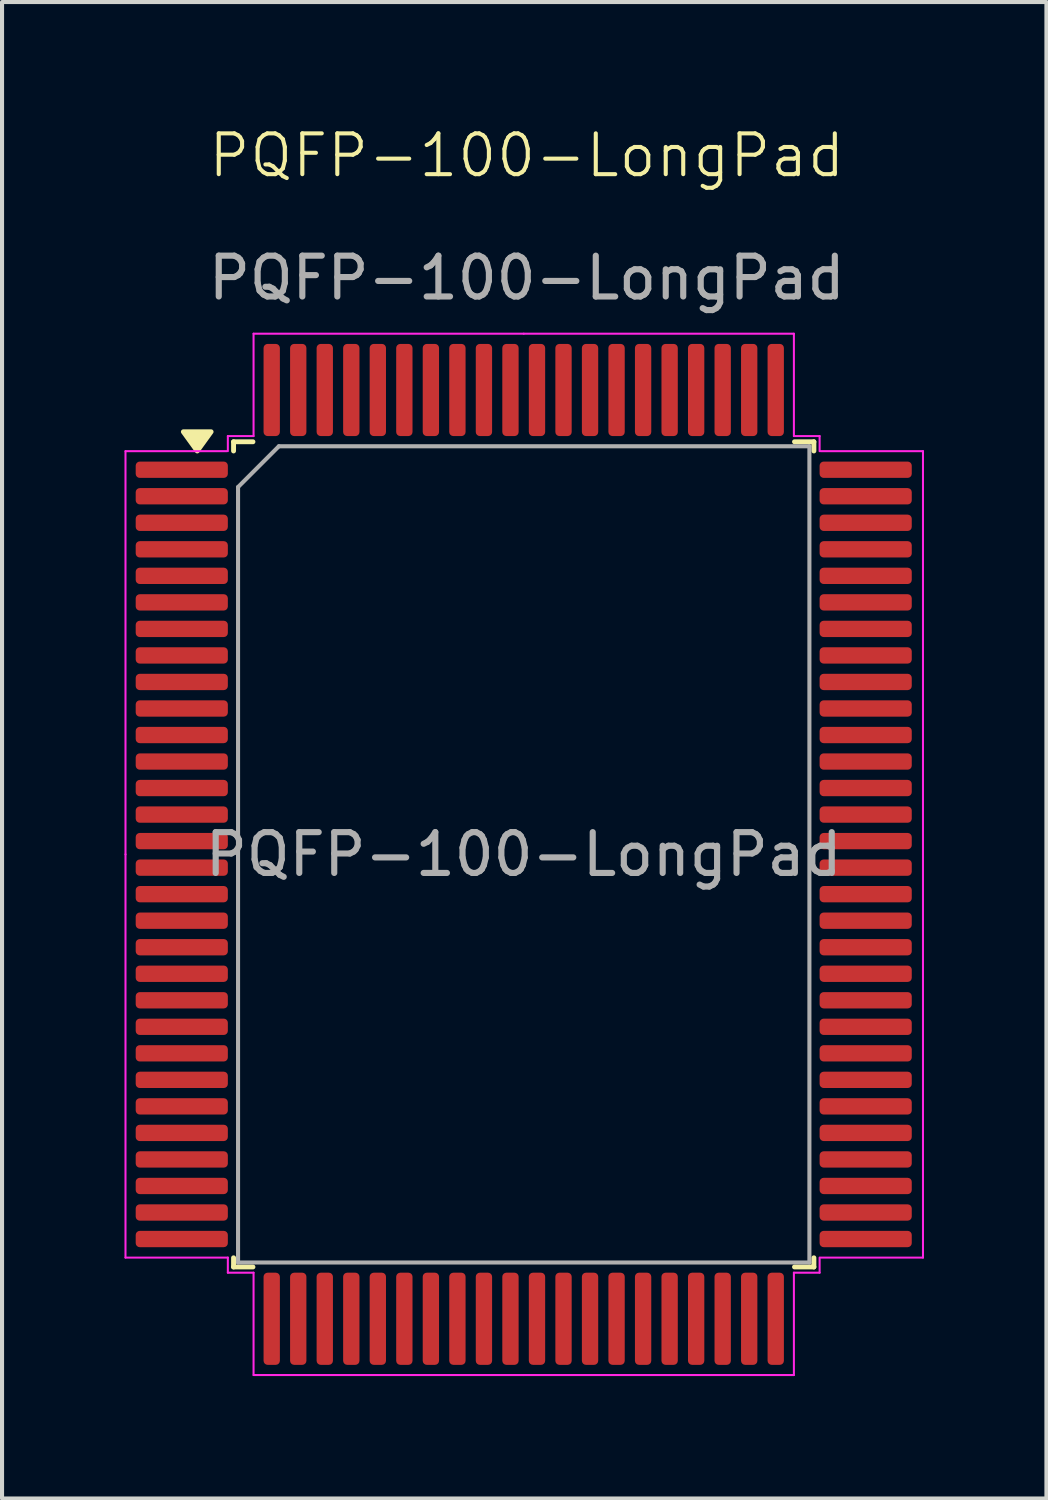
<source format=kicad_pcb>
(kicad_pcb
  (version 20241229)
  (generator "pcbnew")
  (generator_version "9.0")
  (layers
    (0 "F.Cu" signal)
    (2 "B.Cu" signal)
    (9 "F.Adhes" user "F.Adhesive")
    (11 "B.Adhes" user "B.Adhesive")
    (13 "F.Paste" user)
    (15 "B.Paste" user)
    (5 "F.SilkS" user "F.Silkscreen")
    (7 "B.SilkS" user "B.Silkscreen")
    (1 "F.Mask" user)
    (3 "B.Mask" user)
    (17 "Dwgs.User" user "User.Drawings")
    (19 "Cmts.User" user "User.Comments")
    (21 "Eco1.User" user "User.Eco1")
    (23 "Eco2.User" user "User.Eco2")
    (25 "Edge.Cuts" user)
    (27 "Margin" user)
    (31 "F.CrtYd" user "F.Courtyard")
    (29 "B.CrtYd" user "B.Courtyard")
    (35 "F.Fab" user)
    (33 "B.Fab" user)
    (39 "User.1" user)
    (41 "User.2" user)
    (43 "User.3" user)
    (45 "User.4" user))
  (footprint "PQFP-100-LongPad"
    (layer "F.Cu")
    (at 9.858 1.26)
    (property "Reference" "PQFP-100-LongPad" (at 0 -0.5 0) (unlocked yes) (layer "F.SilkS") (effects (font (size 1 1) (thickness 0.1))))
    (attr smd)
    (fp_line (start -7.185 6.515) (end -7.185 6.74) (stroke (width 0.12) (type solid)) (layer "F.SilkS"))
    (fp_line (start -7.185 26.735) (end -7.185 26.51) (stroke (width 0.12) (type solid)) (layer "F.SilkS"))
    (fp_line (start -6.71 6.515) (end -7.185 6.515) (stroke (width 0.12) (type solid)) (layer "F.SilkS"))
    (fp_line (start -6.71 26.735) (end -7.185 26.735) (stroke (width 0.12) (type solid)) (layer "F.SilkS"))
    (fp_line (start 6.56 6.515) (end 7.035 6.515) (stroke (width 0.12) (type solid)) (layer "F.SilkS"))
    (fp_line (start 6.56 26.735) (end 7.035 26.735) (stroke (width 0.12) (type solid)) (layer "F.SilkS"))
    (fp_line (start 7.035 6.515) (end 7.035 6.74) (stroke (width 0.12) (type solid)) (layer "F.SilkS"))
    (fp_line (start 7.035 26.735) (end 7.035 26.51) (stroke (width 0.12) (type solid)) (layer "F.SilkS"))
    (fp_poly (pts (xy -8.075 6.74) (xy -8.415 6.27) (xy -7.735 6.27) (xy -8.075 6.74)) (stroke (width 0.12) (type solid)) (fill yes) (layer "F.SilkS"))
    (fp_line (start -9.833 6.745) (end -9.833 16.625) (stroke (width 0.05) (type solid)) (layer "F.CrtYd"))
    (fp_line (start -9.833 26.505) (end -9.833 16.625) (stroke (width 0.05) (type solid)) (layer "F.CrtYd"))
    (fp_line (start -7.35 6.745) (end -9.833 6.745) (stroke (width 0.05) (type solid)) (layer "F.CrtYd"))
    (fp_line (start -7.325 6.375) (end -7.325 6.745) (stroke (width 0.05) (type solid)) (layer "F.CrtYd"))
    (fp_line (start -7.325 26.505) (end -9.833 26.505) (stroke (width 0.05) (type solid)) (layer "F.CrtYd"))
    (fp_line (start -7.325 26.875) (end -7.325 26.505) (stroke (width 0.05) (type solid)) (layer "F.CrtYd"))
    (fp_line (start -6.695 3.867) (end -6.695 6.375) (stroke (width 0.05) (type solid)) (layer "F.CrtYd"))
    (fp_line (start -6.695 6.375) (end -7.325 6.375) (stroke (width 0.05) (type solid)) (layer "F.CrtYd"))
    (fp_line (start -6.695 26.875) (end -7.325 26.875) (stroke (width 0.05) (type solid)) (layer "F.CrtYd"))
    (fp_line (start -6.695 26.875) (end -6.695 29.383) (stroke (width 0.05) (type solid)) (layer "F.CrtYd"))
    (fp_line (start -0.075 3.867) (end -6.695 3.867) (stroke (width 0.05) (type solid)) (layer "F.CrtYd"))
    (fp_line (start -0.075 3.867) (end 6.545 3.867) (stroke (width 0.05) (type solid)) (layer "F.CrtYd"))
    (fp_line (start -0.075 29.383) (end -6.695 29.383) (stroke (width 0.05) (type solid)) (layer "F.CrtYd"))
    (fp_line (start -0.075 29.383) (end 6.545 29.383) (stroke (width 0.05) (type solid)) (layer "F.CrtYd"))
    (fp_line (start 6.545 3.867) (end 6.545 6.375) (stroke (width 0.05) (type solid)) (layer "F.CrtYd"))
    (fp_line (start 6.545 6.375) (end 7.175 6.375) (stroke (width 0.05) (type solid)) (layer "F.CrtYd"))
    (fp_line (start 6.545 26.875) (end 7.175 26.875) (stroke (width 0.05) (type solid)) (layer "F.CrtYd"))
    (fp_line (start 6.545 29.383) (end 6.545 26.875) (stroke (width 0.05) (type solid)) (layer "F.CrtYd"))
    (fp_line (start 7.175 6.375) (end 7.175 6.745) (stroke (width 0.05) (type solid)) (layer "F.CrtYd"))
    (fp_line (start 7.175 26.875) (end 7.175 26.505) (stroke (width 0.05) (type solid)) (layer "F.CrtYd"))
    (fp_line (start 7.2 6.745) (end 9.708 6.745) (stroke (width 0.05) (type solid)) (layer "F.CrtYd"))
    (fp_line (start 7.2 26.505) (end 9.708 26.505) (stroke (width 0.05) (type solid)) (layer "F.CrtYd"))
    (fp_line (start 9.708 6.745) (end 9.708 16.625) (stroke (width 0.05) (type solid)) (layer "F.CrtYd"))
    (fp_line (start 9.708 26.505) (end 9.708 16.625) (stroke (width 0.05) (type solid)) (layer "F.CrtYd"))
    (fp_line (start -7.075 7.625) (end -6.075 6.625) (stroke (width 0.1) (type solid)) (layer "F.Fab"))
    (fp_line (start -7.075 26.625) (end -7.075 7.625) (stroke (width 0.1) (type solid)) (layer "F.Fab"))
    (fp_line (start -6.075 6.625) (end 6.925 6.625) (stroke (width 0.1) (type solid)) (layer "F.Fab"))
    (fp_line (start 6.925 6.625) (end 6.925 26.625) (stroke (width 0.1) (type solid)) (layer "F.Fab"))
    (fp_line (start 6.925 26.625) (end -7.075 26.625) (stroke (width 0.1) (type solid)) (layer "F.Fab"))
    (fp_text user "${REFERENCE}" (at -0.075 16.625 0) (layer "F.Fab") (effects (font (size 1 1) (thickness 0.15))))
    (fp_text user "${REFERENCE}" (at 0 2.5 0) (unlocked yes) (layer "F.Fab") (effects (font (size 1 1) (thickness 0.15))))
    (pad "1" smd roundrect (at -8.454 7.2) (size 2.258 0.4) (layers "F.Cu" "F.Mask" "F.Paste") (roundrect_rratio 0.25))
    (pad "2" smd roundrect (at -8.454 7.85) (size 2.258 0.4) (layers "F.Cu" "F.Mask" "F.Paste") (roundrect_rratio 0.25))
    (pad "3" smd roundrect (at -8.454 8.5) (size 2.258 0.4) (layers "F.Cu" "F.Mask" "F.Paste") (roundrect_rratio 0.25))
    (pad "4" smd roundrect (at -8.454 9.15) (size 2.258 0.4) (layers "F.Cu" "F.Mask" "F.Paste") (roundrect_rratio 0.25))
    (pad "5" smd roundrect (at -8.454 9.8) (size 2.258 0.4) (layers "F.Cu" "F.Mask" "F.Paste") (roundrect_rratio 0.25))
    (pad "6" smd roundrect (at -8.454 10.45) (size 2.258 0.4) (layers "F.Cu" "F.Mask" "F.Paste") (roundrect_rratio 0.25))
    (pad "7" smd roundrect (at -8.454 11.1) (size 2.258 0.4) (layers "F.Cu" "F.Mask" "F.Paste") (roundrect_rratio 0.25))
    (pad "8" smd roundrect (at -8.454 11.75) (size 2.258 0.4) (layers "F.Cu" "F.Mask" "F.Paste") (roundrect_rratio 0.25))
    (pad "9" smd roundrect (at -8.454 12.4) (size 2.258 0.4) (layers "F.Cu" "F.Mask" "F.Paste") (roundrect_rratio 0.25))
    (pad "10" smd roundrect (at -8.454 13.05) (size 2.258 0.4) (layers "F.Cu" "F.Mask" "F.Paste") (roundrect_rratio 0.25))
    (pad "11" smd roundrect (at -8.454 13.7) (size 2.258 0.4) (layers "F.Cu" "F.Mask" "F.Paste") (roundrect_rratio 0.25))
    (pad "12" smd roundrect (at -8.454 14.35) (size 2.258 0.4) (layers "F.Cu" "F.Mask" "F.Paste") (roundrect_rratio 0.25))
    (pad "13" smd roundrect (at -8.454 15) (size 2.258 0.4) (layers "F.Cu" "F.Mask" "F.Paste") (roundrect_rratio 0.25))
    (pad "14" smd roundrect (at -8.454 15.65) (size 2.258 0.4) (layers "F.Cu" "F.Mask" "F.Paste") (roundrect_rratio 0.25))
    (pad "15" smd roundrect (at -8.454 16.3) (size 2.258 0.4) (layers "F.Cu" "F.Mask" "F.Paste") (roundrect_rratio 0.25))
    (pad "16" smd roundrect (at -8.454 16.95) (size 2.258 0.4) (layers "F.Cu" "F.Mask" "F.Paste") (roundrect_rratio 0.25))
    (pad "17" smd roundrect (at -8.454 17.6) (size 2.258 0.4) (layers "F.Cu" "F.Mask" "F.Paste") (roundrect_rratio 0.25))
    (pad "18" smd roundrect (at -8.454 18.25) (size 2.258 0.4) (layers "F.Cu" "F.Mask" "F.Paste") (roundrect_rratio 0.25))
    (pad "19" smd roundrect (at -8.454 18.9) (size 2.258 0.4) (layers "F.Cu" "F.Mask" "F.Paste") (roundrect_rratio 0.25))
    (pad "20" smd roundrect (at -8.454 19.55) (size 2.258 0.4) (layers "F.Cu" "F.Mask" "F.Paste") (roundrect_rratio 0.25))
    (pad "21" smd roundrect (at -8.454 20.2) (size 2.258 0.4) (layers "F.Cu" "F.Mask" "F.Paste") (roundrect_rratio 0.25))
    (pad "22" smd roundrect (at -8.454 20.85) (size 2.258 0.4) (layers "F.Cu" "F.Mask" "F.Paste") (roundrect_rratio 0.25))
    (pad "23" smd roundrect (at -8.454 21.5) (size 2.258 0.4) (layers "F.Cu" "F.Mask" "F.Paste") (roundrect_rratio 0.25))
    (pad "24" smd roundrect (at -8.454 22.15) (size 2.258 0.4) (layers "F.Cu" "F.Mask" "F.Paste") (roundrect_rratio 0.25))
    (pad "25" smd roundrect (at -8.454 22.8) (size 2.258 0.4) (layers "F.Cu" "F.Mask" "F.Paste") (roundrect_rratio 0.25))
    (pad "26" smd roundrect (at -8.454 23.45) (size 2.258 0.4) (layers "F.Cu" "F.Mask" "F.Paste") (roundrect_rratio 0.25))
    (pad "27" smd roundrect (at -8.454 24.1) (size 2.258 0.4) (layers "F.Cu" "F.Mask" "F.Paste") (roundrect_rratio 0.25))
    (pad "28" smd roundrect (at -8.454 24.75) (size 2.258 0.4) (layers "F.Cu" "F.Mask" "F.Paste") (roundrect_rratio 0.25))
    (pad "29" smd roundrect (at -8.454 25.4) (size 2.258 0.4) (layers "F.Cu" "F.Mask" "F.Paste") (roundrect_rratio 0.25))
    (pad "30" smd roundrect (at -8.454 26.05) (size 2.258 0.4) (layers "F.Cu" "F.Mask" "F.Paste") (roundrect_rratio 0.25))
    (pad "31" smd roundrect (at -6.25 28.004) (size 0.4 2.258) (layers "F.Cu" "F.Mask" "F.Paste") (roundrect_rratio 0.25))
    (pad "32" smd roundrect (at -5.6 28.004) (size 0.4 2.258) (layers "F.Cu" "F.Mask" "F.Paste") (roundrect_rratio 0.25))
    (pad "33" smd roundrect (at -4.95 28.004) (size 0.4 2.258) (layers "F.Cu" "F.Mask" "F.Paste") (roundrect_rratio 0.25))
    (pad "34" smd roundrect (at -4.3 28.004) (size 0.4 2.258) (layers "F.Cu" "F.Mask" "F.Paste") (roundrect_rratio 0.25))
    (pad "35" smd roundrect (at -3.65 28.004) (size 0.4 2.258) (layers "F.Cu" "F.Mask" "F.Paste") (roundrect_rratio 0.25))
    (pad "36" smd roundrect (at -3 28.004) (size 0.4 2.258) (layers "F.Cu" "F.Mask" "F.Paste") (roundrect_rratio 0.25))
    (pad "37" smd roundrect (at -2.35 28.004) (size 0.4 2.258) (layers "F.Cu" "F.Mask" "F.Paste") (roundrect_rratio 0.25))
    (pad "38" smd roundrect (at -1.7 28.004) (size 0.4 2.258) (layers "F.Cu" "F.Mask" "F.Paste") (roundrect_rratio 0.25))
    (pad "39" smd roundrect (at -1.05 28.004) (size 0.4 2.258) (layers "F.Cu" "F.Mask" "F.Paste") (roundrect_rratio 0.25))
    (pad "40" smd roundrect (at -0.4 28.004) (size 0.4 2.258) (layers "F.Cu" "F.Mask" "F.Paste") (roundrect_rratio 0.25))
    (pad "41" smd roundrect (at 0.25 28.004) (size 0.4 2.258) (layers "F.Cu" "F.Mask" "F.Paste") (roundrect_rratio 0.25))
    (pad "42" smd roundrect (at 0.9 28.004) (size 0.4 2.258) (layers "F.Cu" "F.Mask" "F.Paste") (roundrect_rratio 0.25))
    (pad "43" smd roundrect (at 1.55 28.004) (size 0.4 2.258) (layers "F.Cu" "F.Mask" "F.Paste") (roundrect_rratio 0.25))
    (pad "44" smd roundrect (at 2.2 28.004) (size 0.4 2.258) (layers "F.Cu" "F.Mask" "F.Paste") (roundrect_rratio 0.25))
    (pad "45" smd roundrect (at 2.85 28.004) (size 0.4 2.258) (layers "F.Cu" "F.Mask" "F.Paste") (roundrect_rratio 0.25))
    (pad "46" smd roundrect (at 3.5 28.004) (size 0.4 2.258) (layers "F.Cu" "F.Mask" "F.Paste") (roundrect_rratio 0.25))
    (pad "47" smd roundrect (at 4.15 28.004) (size 0.4 2.258) (layers "F.Cu" "F.Mask" "F.Paste") (roundrect_rratio 0.25))
    (pad "48" smd roundrect (at 4.8 28.004) (size 0.4 2.258) (layers "F.Cu" "F.Mask" "F.Paste") (roundrect_rratio 0.25))
    (pad "49" smd roundrect (at 5.45 28.004) (size 0.4 2.258) (layers "F.Cu" "F.Mask" "F.Paste") (roundrect_rratio 0.25))
    (pad "50" smd roundrect (at 6.1 28.004) (size 0.4 2.258) (layers "F.Cu" "F.Mask" "F.Paste") (roundrect_rratio 0.25))
    (pad "51" smd roundrect (at 8.304 26.05) (size 2.258 0.4) (layers "F.Cu" "F.Mask" "F.Paste") (roundrect_rratio 0.25))
    (pad "52" smd roundrect (at 8.304 25.4) (size 2.258 0.4) (layers "F.Cu" "F.Mask" "F.Paste") (roundrect_rratio 0.25))
    (pad "53" smd roundrect (at 8.304 24.75) (size 2.258 0.4) (layers "F.Cu" "F.Mask" "F.Paste") (roundrect_rratio 0.25))
    (pad "54" smd roundrect (at 8.304 24.1) (size 2.258 0.4) (layers "F.Cu" "F.Mask" "F.Paste") (roundrect_rratio 0.25))
    (pad "55" smd roundrect (at 8.304 23.45) (size 2.258 0.4) (layers "F.Cu" "F.Mask" "F.Paste") (roundrect_rratio 0.25))
    (pad "56" smd roundrect (at 8.304 22.8) (size 2.258 0.4) (layers "F.Cu" "F.Mask" "F.Paste") (roundrect_rratio 0.25))
    (pad "57" smd roundrect (at 8.304 22.15) (size 2.258 0.4) (layers "F.Cu" "F.Mask" "F.Paste") (roundrect_rratio 0.25))
    (pad "58" smd roundrect (at 8.304 21.5) (size 2.258 0.4) (layers "F.Cu" "F.Mask" "F.Paste") (roundrect_rratio 0.25))
    (pad "59" smd roundrect (at 8.304 20.85) (size 2.258 0.4) (layers "F.Cu" "F.Mask" "F.Paste") (roundrect_rratio 0.25))
    (pad "60" smd roundrect (at 8.304 20.2) (size 2.258 0.4) (layers "F.Cu" "F.Mask" "F.Paste") (roundrect_rratio 0.25))
    (pad "61" smd roundrect (at 8.304 19.55) (size 2.258 0.4) (layers "F.Cu" "F.Mask" "F.Paste") (roundrect_rratio 0.25))
    (pad "62" smd roundrect (at 8.304 18.9) (size 2.258 0.4) (layers "F.Cu" "F.Mask" "F.Paste") (roundrect_rratio 0.25))
    (pad "63" smd roundrect (at 8.304 18.25) (size 2.258 0.4) (layers "F.Cu" "F.Mask" "F.Paste") (roundrect_rratio 0.25))
    (pad "64" smd roundrect (at 8.304 17.6) (size 2.258 0.4) (layers "F.Cu" "F.Mask" "F.Paste") (roundrect_rratio 0.25))
    (pad "65" smd roundrect (at 8.304 16.95) (size 2.258 0.4) (layers "F.Cu" "F.Mask" "F.Paste") (roundrect_rratio 0.25))
    (pad "66" smd roundrect (at 8.304 16.3) (size 2.258 0.4) (layers "F.Cu" "F.Mask" "F.Paste") (roundrect_rratio 0.25))
    (pad "67" smd roundrect (at 8.304 15.65) (size 2.258 0.4) (layers "F.Cu" "F.Mask" "F.Paste") (roundrect_rratio 0.25))
    (pad "68" smd roundrect (at 8.304 15) (size 2.258 0.4) (layers "F.Cu" "F.Mask" "F.Paste") (roundrect_rratio 0.25))
    (pad "69" smd roundrect (at 8.304 14.35) (size 2.258 0.4) (layers "F.Cu" "F.Mask" "F.Paste") (roundrect_rratio 0.25))
    (pad "70" smd roundrect (at 8.304 13.7) (size 2.258 0.4) (layers "F.Cu" "F.Mask" "F.Paste") (roundrect_rratio 0.25))
    (pad "71" smd roundrect (at 8.304 13.05) (size 2.258 0.4) (layers "F.Cu" "F.Mask" "F.Paste") (roundrect_rratio 0.25))
    (pad "72" smd roundrect (at 8.304 12.4) (size 2.258 0.4) (layers "F.Cu" "F.Mask" "F.Paste") (roundrect_rratio 0.25))
    (pad "73" smd roundrect (at 8.304 11.75) (size 2.258 0.4) (layers "F.Cu" "F.Mask" "F.Paste") (roundrect_rratio 0.25))
    (pad "74" smd roundrect (at 8.304 11.1) (size 2.258 0.4) (layers "F.Cu" "F.Mask" "F.Paste") (roundrect_rratio 0.25))
    (pad "75" smd roundrect (at 8.304 10.45) (size 2.258 0.4) (layers "F.Cu" "F.Mask" "F.Paste") (roundrect_rratio 0.25))
    (pad "76" smd roundrect (at 8.304 9.8) (size 2.258 0.4) (layers "F.Cu" "F.Mask" "F.Paste") (roundrect_rratio 0.25))
    (pad "77" smd roundrect (at 8.304 9.15) (size 2.258 0.4) (layers "F.Cu" "F.Mask" "F.Paste") (roundrect_rratio 0.25))
    (pad "78" smd roundrect (at 8.304 8.5) (size 2.258 0.4) (layers "F.Cu" "F.Mask" "F.Paste") (roundrect_rratio 0.25))
    (pad "79" smd roundrect (at 8.304 7.85) (size 2.258 0.4) (layers "F.Cu" "F.Mask" "F.Paste") (roundrect_rratio 0.25))
    (pad "80" smd roundrect (at 8.304 7.2) (size 2.258 0.4) (layers "F.Cu" "F.Mask" "F.Paste") (roundrect_rratio 0.25))
    (pad "81" smd roundrect (at 6.1 5.246) (size 0.4 2.258) (layers "F.Cu" "F.Mask" "F.Paste") (roundrect_rratio 0.25))
    (pad "82" smd roundrect (at 5.45 5.246) (size 0.4 2.258) (layers "F.Cu" "F.Mask" "F.Paste") (roundrect_rratio 0.25))
    (pad "83" smd roundrect (at 4.8 5.246) (size 0.4 2.258) (layers "F.Cu" "F.Mask" "F.Paste") (roundrect_rratio 0.25))
    (pad "84" smd roundrect (at 4.15 5.246) (size 0.4 2.258) (layers "F.Cu" "F.Mask" "F.Paste") (roundrect_rratio 0.25))
    (pad "85" smd roundrect (at 3.5 5.246) (size 0.4 2.258) (layers "F.Cu" "F.Mask" "F.Paste") (roundrect_rratio 0.25))
    (pad "86" smd roundrect (at 2.85 5.246) (size 0.4 2.258) (layers "F.Cu" "F.Mask" "F.Paste") (roundrect_rratio 0.25))
    (pad "87" smd roundrect (at 2.2 5.246) (size 0.4 2.258) (layers "F.Cu" "F.Mask" "F.Paste") (roundrect_rratio 0.25))
    (pad "88" smd roundrect (at 1.55 5.246) (size 0.4 2.258) (layers "F.Cu" "F.Mask" "F.Paste") (roundrect_rratio 0.25))
    (pad "89" smd roundrect (at 0.9 5.246) (size 0.4 2.258) (layers "F.Cu" "F.Mask" "F.Paste") (roundrect_rratio 0.25))
    (pad "90" smd roundrect (at 0.25 5.246) (size 0.4 2.258) (layers "F.Cu" "F.Mask" "F.Paste") (roundrect_rratio 0.25))
    (pad "91" smd roundrect (at -0.4 5.246) (size 0.4 2.258) (layers "F.Cu" "F.Mask" "F.Paste") (roundrect_rratio 0.25))
    (pad "92" smd roundrect (at -1.05 5.246) (size 0.4 2.258) (layers "F.Cu" "F.Mask" "F.Paste") (roundrect_rratio 0.25))
    (pad "93" smd roundrect (at -1.7 5.246) (size 0.4 2.258) (layers "F.Cu" "F.Mask" "F.Paste") (roundrect_rratio 0.25))
    (pad "94" smd roundrect (at -2.35 5.246) (size 0.4 2.258) (layers "F.Cu" "F.Mask" "F.Paste") (roundrect_rratio 0.25))
    (pad "95" smd roundrect (at -3 5.246) (size 0.4 2.258) (layers "F.Cu" "F.Mask" "F.Paste") (roundrect_rratio 0.25))
    (pad "96" smd roundrect (at -3.65 5.246) (size 0.4 2.258) (layers "F.Cu" "F.Mask" "F.Paste") (roundrect_rratio 0.25))
    (pad "97" smd roundrect (at -4.3 5.246) (size 0.4 2.258) (layers "F.Cu" "F.Mask" "F.Paste") (roundrect_rratio 0.25))
    (pad "98" smd roundrect (at -4.95 5.246) (size 0.4 2.258) (layers "F.Cu" "F.Mask" "F.Paste") (roundrect_rratio 0.25))
    (pad "99" smd roundrect (at -5.6 5.246) (size 0.4 2.258) (layers "F.Cu" "F.Mask" "F.Paste") (roundrect_rratio 0.25))
    (pad "100" smd roundrect (at -6.25 5.246) (size 0.4 2.258) (layers "F.Cu" "F.Mask" "F.Paste") (roundrect_rratio 0.25)))
  (gr_rect
    (start -3 -3)
    (end 22.591 33.669)
    (stroke (width 0.1) (type default))
    (fill no)
    (layer "Edge.Cuts")))
</source>
